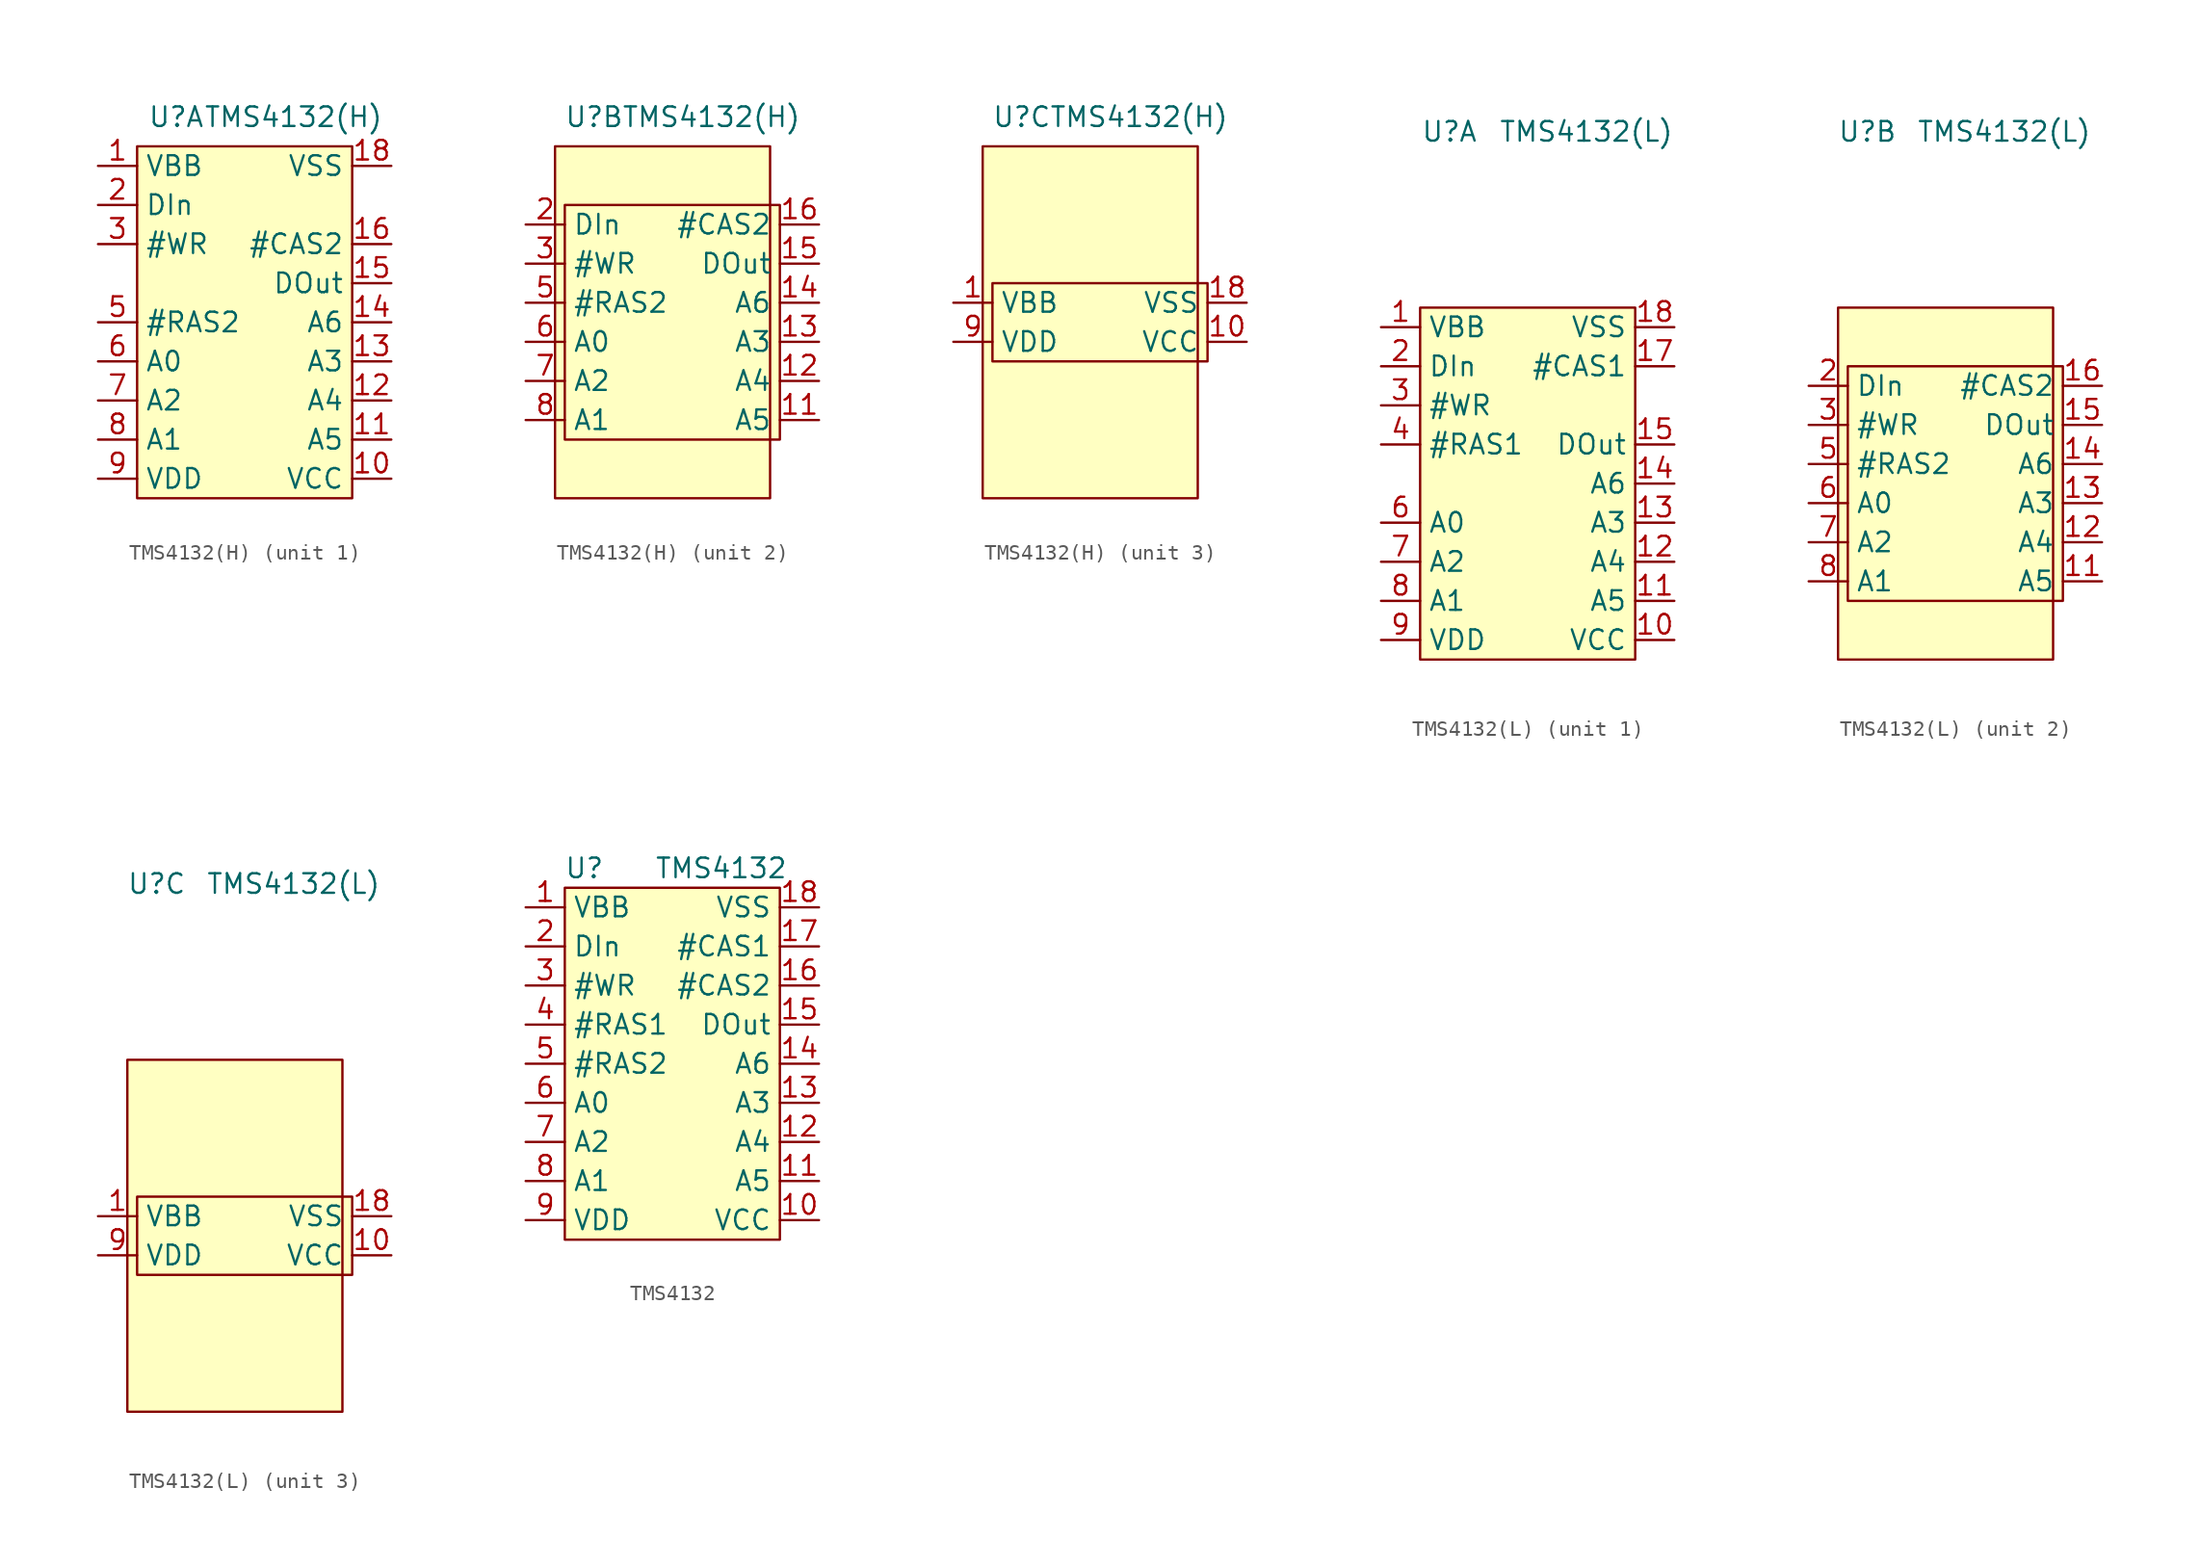
<source format=kicad_sym>
(kicad_symbol_lib
  (version 20211014)
  (generator kicad_symbol_editor)
  (symbol "TMS4132(H)"
    (property "Reference" "U"
      (at -4.445 13.335 0)
      (effects (font (size 1.27 1.27))))
    (property "Value" "TMS4132(H)"
      (at 3.175 13.335 0)
      (effects (font (size 1.27 1.27))))
    (property "ki_locked" ""
      (at 0 0 0)
      (effects (font (size 1.27 1.27))))
    (symbol "TMS4132(H)_0_1"
      (rectangle (start -6.985 11.43) (end 6.985 -11.43) (stroke (width 0) (type default) (color 0 0 0 0)) (fill (type background))))
    (symbol "TMS4132(H)_1_1"
      (pin power_in line (at -9.525 10.16 0) (length 2.54) (name "VBB" (effects (font (size 1.27 1.27)))) (number "1" (effects (font (size 1.27 1.27)))))
      (pin power_in line (at 9.525 -10.16 180) (length 2.54) (name "VCC" (effects (font (size 1.27 1.27)))) (number "10" (effects (font (size 1.27 1.27)))))
      (pin input line (at 9.525 -7.62 180) (length 2.54) (name "A5" (effects (font (size 1.27 1.27)))) (number "11" (effects (font (size 1.27 1.27)))))
      (pin input line (at 9.525 -5.08 180) (length 2.54) (name "A4" (effects (font (size 1.27 1.27)))) (number "12" (effects (font (size 1.27 1.27)))))
      (pin input line (at 9.525 -2.54 180) (length 2.54) (name "A3" (effects (font (size 1.27 1.27)))) (number "13" (effects (font (size 1.27 1.27)))))
      (pin input line (at 9.525 0 180) (length 2.54) (name "A6" (effects (font (size 1.27 1.27)))) (number "14" (effects (font (size 1.27 1.27)))))
      (pin tri_state line (at 9.525 2.54 180) (length 2.54) (name "DOut" (effects (font (size 1.27 1.27)))) (number "15" (effects (font (size 1.27 1.27)))))
      (pin input line (at 9.525 5.08 180) (length 2.54) (name "#CAS2" (effects (font (size 1.27 1.27)))) (number "16" (effects (font (size 1.27 1.27)))))
      (pin no_connect line (at 9.525 7.62 180) (length 2.54) hide (name "#CAS1" (effects (font (size 1.27 1.27)))) (number "17" (effects (font (size 1.27 1.27)))))
      (pin power_in line (at 9.525 10.16 180) (length 2.54) (name "VSS" (effects (font (size 1.27 1.27)))) (number "18" (effects (font (size 1.27 1.27)))))
      (pin input line (at -9.525 7.62 0) (length 2.54) (name "DIn" (effects (font (size 1.27 1.27)))) (number "2" (effects (font (size 1.27 1.27)))))
      (pin input line (at -9.525 5.08 0) (length 2.54) (name "#WR" (effects (font (size 1.27 1.27)))) (number "3" (effects (font (size 1.27 1.27)))))
      (pin no_connect line (at -9.525 2.54 0) (length 2.54) hide (name "#RAS1" (effects (font (size 1.27 1.27)))) (number "4" (effects (font (size 1.27 1.27)))))
      (pin input line (at -9.525 0 0) (length 2.54) (name "#RAS2" (effects (font (size 1.27 1.27)))) (number "5" (effects (font (size 1.27 1.27)))))
      (pin input line (at -9.525 -2.54 0) (length 2.54) (name "A0" (effects (font (size 1.27 1.27)))) (number "6" (effects (font (size 1.27 1.27)))))
      (pin input line (at -9.525 -5.08 0) (length 2.54) (name "A2" (effects (font (size 1.27 1.27)))) (number "7" (effects (font (size 1.27 1.27)))))
      (pin input line (at -9.525 -7.62 0) (length 2.54) (name "A1" (effects (font (size 1.27 1.27)))) (number "8" (effects (font (size 1.27 1.27)))))
      (pin power_in line (at -9.525 -10.16 0) (length 2.54) (name "VDD" (effects (font (size 1.27 1.27)))) (number "9" (effects (font (size 1.27 1.27))))))
    (symbol "TMS4132(H)_2_1"
      (rectangle (start -6.35 7.62) (end 7.62 -7.62) (stroke (width 0) (type default) (color 0 0 0 0)) (fill (type background)))
      (pin input line (at 10.16 -6.35 180) (length 2.54) (name "A5" (effects (font (size 1.27 1.27)))) (number "11" (effects (font (size 1.27 1.27)))))
      (pin input line (at 10.16 -3.81 180) (length 2.54) (name "A4" (effects (font (size 1.27 1.27)))) (number "12" (effects (font (size 1.27 1.27)))))
      (pin input line (at 10.16 -1.27 180) (length 2.54) (name "A3" (effects (font (size 1.27 1.27)))) (number "13" (effects (font (size 1.27 1.27)))))
      (pin input line (at 10.16 1.27 180) (length 2.54) (name "A6" (effects (font (size 1.27 1.27)))) (number "14" (effects (font (size 1.27 1.27)))))
      (pin tri_state line (at 10.16 3.81 180) (length 2.54) (name "DOut" (effects (font (size 1.27 1.27)))) (number "15" (effects (font (size 1.27 1.27)))))
      (pin input line (at 10.16 6.35 180) (length 2.54) (name "#CAS2" (effects (font (size 1.27 1.27)))) (number "16" (effects (font (size 1.27 1.27)))))
      (pin no_connect line (at 3.81 10.16 270) (length 2.54) hide (name "#CAS1" (effects (font (size 1.27 1.27)))) (number "17" (effects (font (size 1.27 1.27)))))
      (pin input line (at -8.89 6.35 0) (length 2.54) (name "DIn" (effects (font (size 1.27 1.27)))) (number "2" (effects (font (size 1.27 1.27)))))
      (pin input line (at -8.89 3.81 0) (length 2.54) (name "#WR" (effects (font (size 1.27 1.27)))) (number "3" (effects (font (size 1.27 1.27)))))
      (pin no_connect line (at -2.54 10.16 270) (length 2.54) hide (name "#RAS1" (effects (font (size 1.27 1.27)))) (number "4" (effects (font (size 1.27 1.27)))))
      (pin input line (at -8.89 1.27 0) (length 2.54) (name "#RAS2" (effects (font (size 1.27 1.27)))) (number "5" (effects (font (size 1.27 1.27)))))
      (pin input line (at -8.89 -1.27 0) (length 2.54) (name "A0" (effects (font (size 1.27 1.27)))) (number "6" (effects (font (size 1.27 1.27)))))
      (pin input line (at -8.89 -3.81 0) (length 2.54) (name "A2" (effects (font (size 1.27 1.27)))) (number "7" (effects (font (size 1.27 1.27)))))
      (pin input line (at -8.89 -6.35 0) (length 2.54) (name "A1" (effects (font (size 1.27 1.27)))) (number "8" (effects (font (size 1.27 1.27))))))
    (symbol "TMS4132(H)_3_1"
      (rectangle (start -6.35 2.54) (end 7.62 -2.54) (stroke (width 0) (type default) (color 0 0 0 0)) (fill (type background)))
      (pin power_in line (at -8.89 1.27 0) (length 2.54) (name "VBB" (effects (font (size 1.27 1.27)))) (number "1" (effects (font (size 1.27 1.27)))))
      (pin power_in line (at 10.16 -1.27 180) (length 2.54) (name "VCC" (effects (font (size 1.27 1.27)))) (number "10" (effects (font (size 1.27 1.27)))))
      (pin power_in line (at 10.16 1.27 180) (length 2.54) (name "VSS" (effects (font (size 1.27 1.27)))) (number "18" (effects (font (size 1.27 1.27)))))
      (pin power_in line (at -8.89 -1.27 0) (length 2.54) (name "VDD" (effects (font (size 1.27 1.27)))) (number "9" (effects (font (size 1.27 1.27)))))))
  (symbol "TMS4132(L)"
    (property "Reference" "U"
      (at -5.08 22.86 0)
      (effects (font (size 1.27 1.27))))
    (property "Value" "TMS4132(L)"
      (at 3.81 22.86 0)
      (effects (font (size 1.27 1.27))))
    (property "ki_locked" ""
      (at 0 0 0)
      (effects (font (size 1.27 1.27))))
    (symbol "TMS4132(L)_0_1"
      (rectangle (start -6.985 11.43) (end 6.985 -11.43) (stroke (width 0) (type default) (color 0 0 0 0)) (fill (type background))))
    (symbol "TMS4132(L)_1_1"
      (pin power_in line (at -9.525 10.16 0) (length 2.54) (name "VBB" (effects (font (size 1.27 1.27)))) (number "1" (effects (font (size 1.27 1.27)))))
      (pin power_in line (at 9.525 -10.16 180) (length 2.54) (name "VCC" (effects (font (size 1.27 1.27)))) (number "10" (effects (font (size 1.27 1.27)))))
      (pin input line (at 9.525 -7.62 180) (length 2.54) (name "A5" (effects (font (size 1.27 1.27)))) (number "11" (effects (font (size 1.27 1.27)))))
      (pin input line (at 9.525 -5.08 180) (length 2.54) (name "A4" (effects (font (size 1.27 1.27)))) (number "12" (effects (font (size 1.27 1.27)))))
      (pin input line (at 9.525 -2.54 180) (length 2.54) (name "A3" (effects (font (size 1.27 1.27)))) (number "13" (effects (font (size 1.27 1.27)))))
      (pin input line (at 9.525 0 180) (length 2.54) (name "A6" (effects (font (size 1.27 1.27)))) (number "14" (effects (font (size 1.27 1.27)))))
      (pin tri_state line (at 9.525 2.54 180) (length 2.54) (name "DOut" (effects (font (size 1.27 1.27)))) (number "15" (effects (font (size 1.27 1.27)))))
      (pin no_connect line (at 9.525 5.08 180) (length 2.54) hide (name "#CAS2" (effects (font (size 1.27 1.27)))) (number "16" (effects (font (size 1.27 1.27)))))
      (pin input line (at 9.525 7.62 180) (length 2.54) (name "#CAS1" (effects (font (size 1.27 1.27)))) (number "17" (effects (font (size 1.27 1.27)))))
      (pin power_in line (at 9.525 10.16 180) (length 2.54) (name "VSS" (effects (font (size 1.27 1.27)))) (number "18" (effects (font (size 1.27 1.27)))))
      (pin input line (at -9.525 7.62 0) (length 2.54) (name "DIn" (effects (font (size 1.27 1.27)))) (number "2" (effects (font (size 1.27 1.27)))))
      (pin input line (at -9.525 5.08 0) (length 2.54) (name "#WR" (effects (font (size 1.27 1.27)))) (number "3" (effects (font (size 1.27 1.27)))))
      (pin input line (at -9.525 2.54 0) (length 2.54) (name "#RAS1" (effects (font (size 1.27 1.27)))) (number "4" (effects (font (size 1.27 1.27)))))
      (pin no_connect line (at -9.525 0 0) (length 2.54) hide (name "#RAS2" (effects (font (size 1.27 1.27)))) (number "5" (effects (font (size 1.27 1.27)))))
      (pin input line (at -9.525 -2.54 0) (length 2.54) (name "A0" (effects (font (size 1.27 1.27)))) (number "6" (effects (font (size 1.27 1.27)))))
      (pin input line (at -9.525 -5.08 0) (length 2.54) (name "A2" (effects (font (size 1.27 1.27)))) (number "7" (effects (font (size 1.27 1.27)))))
      (pin input line (at -9.525 -7.62 0) (length 2.54) (name "A1" (effects (font (size 1.27 1.27)))) (number "8" (effects (font (size 1.27 1.27)))))
      (pin power_in line (at -9.525 -10.16 0) (length 2.54) (name "VDD" (effects (font (size 1.27 1.27)))) (number "9" (effects (font (size 1.27 1.27))))))
    (symbol "TMS4132(L)_2_1"
      (rectangle (start -6.35 7.62) (end 7.62 -7.62) (stroke (width 0) (type default) (color 0 0 0 0)) (fill (type background)))
      (pin input line (at 10.16 -6.35 180) (length 2.54) (name "A5" (effects (font (size 1.27 1.27)))) (number "11" (effects (font (size 1.27 1.27)))))
      (pin input line (at 10.16 -3.81 180) (length 2.54) (name "A4" (effects (font (size 1.27 1.27)))) (number "12" (effects (font (size 1.27 1.27)))))
      (pin input line (at 10.16 -1.27 180) (length 2.54) (name "A3" (effects (font (size 1.27 1.27)))) (number "13" (effects (font (size 1.27 1.27)))))
      (pin input line (at 10.16 1.27 180) (length 2.54) (name "A6" (effects (font (size 1.27 1.27)))) (number "14" (effects (font (size 1.27 1.27)))))
      (pin tri_state line (at 10.16 3.81 180) (length 2.54) (name "DOut" (effects (font (size 1.27 1.27)))) (number "15" (effects (font (size 1.27 1.27)))))
      (pin input line (at 10.16 6.35 180) (length 2.54) (name "#CAS2" (effects (font (size 1.27 1.27)))) (number "16" (effects (font (size 1.27 1.27)))))
      (pin no_connect line (at 3.81 10.16 270) (length 2.54) hide (name "#CAS1" (effects (font (size 1.27 1.27)))) (number "17" (effects (font (size 1.27 1.27)))))
      (pin input line (at -8.89 6.35 0) (length 2.54) (name "DIn" (effects (font (size 1.27 1.27)))) (number "2" (effects (font (size 1.27 1.27)))))
      (pin input line (at -8.89 3.81 0) (length 2.54) (name "#WR" (effects (font (size 1.27 1.27)))) (number "3" (effects (font (size 1.27 1.27)))))
      (pin no_connect line (at -2.54 10.16 270) (length 2.54) hide (name "#RAS1" (effects (font (size 1.27 1.27)))) (number "4" (effects (font (size 1.27 1.27)))))
      (pin input line (at -8.89 1.27 0) (length 2.54) (name "#RAS2" (effects (font (size 1.27 1.27)))) (number "5" (effects (font (size 1.27 1.27)))))
      (pin input line (at -8.89 -1.27 0) (length 2.54) (name "A0" (effects (font (size 1.27 1.27)))) (number "6" (effects (font (size 1.27 1.27)))))
      (pin input line (at -8.89 -3.81 0) (length 2.54) (name "A2" (effects (font (size 1.27 1.27)))) (number "7" (effects (font (size 1.27 1.27)))))
      (pin input line (at -8.89 -6.35 0) (length 2.54) (name "A1" (effects (font (size 1.27 1.27)))) (number "8" (effects (font (size 1.27 1.27))))))
    (symbol "TMS4132(L)_3_1"
      (rectangle (start -6.35 2.54) (end 7.62 -2.54) (stroke (width 0) (type default) (color 0 0 0 0)) (fill (type background)))
      (pin power_in line (at -8.89 1.27 0) (length 2.54) (name "VBB" (effects (font (size 1.27 1.27)))) (number "1" (effects (font (size 1.27 1.27)))))
      (pin power_in line (at 10.16 -1.27 180) (length 2.54) (name "VCC" (effects (font (size 1.27 1.27)))) (number "10" (effects (font (size 1.27 1.27)))))
      (pin power_in line (at 10.16 1.27 180) (length 2.54) (name "VSS" (effects (font (size 1.27 1.27)))) (number "18" (effects (font (size 1.27 1.27)))))
      (pin power_in line (at -8.89 -1.27 0) (length 2.54) (name "VDD" (effects (font (size 1.27 1.27)))) (number "9" (effects (font (size 1.27 1.27)))))))
  (symbol "TMS4132"
    (property "Reference" "U"
      (at -6.35 12.7 0)
      (effects (font (size 1.27 1.27))))
    (property "Value" "TMS4132"
      (at 2.54 12.7 0)
      (effects (font (size 1.27 1.27))))
    (symbol "TMS4132_0_1"
      (rectangle (start -7.62 11.43) (end 6.35 -11.43) (stroke (width 0) (type default) (color 0 0 0 0)) (fill (type background))))
    (symbol "TMS4132_1_1"
      (pin power_in line (at -10.16 10.16 0) (length 2.54) (name "VBB" (effects (font (size 1.27 1.27)))) (number "1" (effects (font (size 1.27 1.27)))))
      (pin power_in line (at 8.89 -10.16 180) (length 2.54) (name "VCC" (effects (font (size 1.27 1.27)))) (number "10" (effects (font (size 1.27 1.27)))))
      (pin input line (at 8.89 -7.62 180) (length 2.54) (name "A5" (effects (font (size 1.27 1.27)))) (number "11" (effects (font (size 1.27 1.27)))))
      (pin input line (at 8.89 -5.08 180) (length 2.54) (name "A4" (effects (font (size 1.27 1.27)))) (number "12" (effects (font (size 1.27 1.27)))))
      (pin input line (at 8.89 -2.54 180) (length 2.54) (name "A3" (effects (font (size 1.27 1.27)))) (number "13" (effects (font (size 1.27 1.27)))))
      (pin input line (at 8.89 0 180) (length 2.54) (name "A6" (effects (font (size 1.27 1.27)))) (number "14" (effects (font (size 1.27 1.27)))))
      (pin tri_state line (at 8.89 2.54 180) (length 2.54) (name "DOut" (effects (font (size 1.27 1.27)))) (number "15" (effects (font (size 1.27 1.27)))))
      (pin input line (at 8.89 5.08 180) (length 2.54) (name "#CAS2" (effects (font (size 1.27 1.27)))) (number "16" (effects (font (size 1.27 1.27)))))
      (pin input line (at 8.89 7.62 180) (length 2.54) (name "#CAS1" (effects (font (size 1.27 1.27)))) (number "17" (effects (font (size 1.27 1.27)))))
      (pin power_in line (at 8.89 10.16 180) (length 2.54) (name "VSS" (effects (font (size 1.27 1.27)))) (number "18" (effects (font (size 1.27 1.27)))))
      (pin input line (at -10.16 7.62 0) (length 2.54) (name "DIn" (effects (font (size 1.27 1.27)))) (number "2" (effects (font (size 1.27 1.27)))))
      (pin input line (at -10.16 5.08 0) (length 2.54) (name "#WR" (effects (font (size 1.27 1.27)))) (number "3" (effects (font (size 1.27 1.27)))))
      (pin input line (at -10.16 2.54 0) (length 2.54) (name "#RAS1" (effects (font (size 1.27 1.27)))) (number "4" (effects (font (size 1.27 1.27)))))
      (pin input line (at -10.16 0 0) (length 2.54) (name "#RAS2" (effects (font (size 1.27 1.27)))) (number "5" (effects (font (size 1.27 1.27)))))
      (pin input line (at -10.16 -2.54 0) (length 2.54) (name "A0" (effects (font (size 1.27 1.27)))) (number "6" (effects (font (size 1.27 1.27)))))
      (pin input line (at -10.16 -5.08 0) (length 2.54) (name "A2" (effects (font (size 1.27 1.27)))) (number "7" (effects (font (size 1.27 1.27)))))
      (pin input line (at -10.16 -7.62 0) (length 2.54) (name "A1" (effects (font (size 1.27 1.27)))) (number "8" (effects (font (size 1.27 1.27)))))
      (pin power_in line (at -10.16 -10.16 0) (length 2.54) (name "VDD" (effects (font (size 1.27 1.27)))) (number "9" (effects (font (size 1.27 1.27))))))))
</source>
